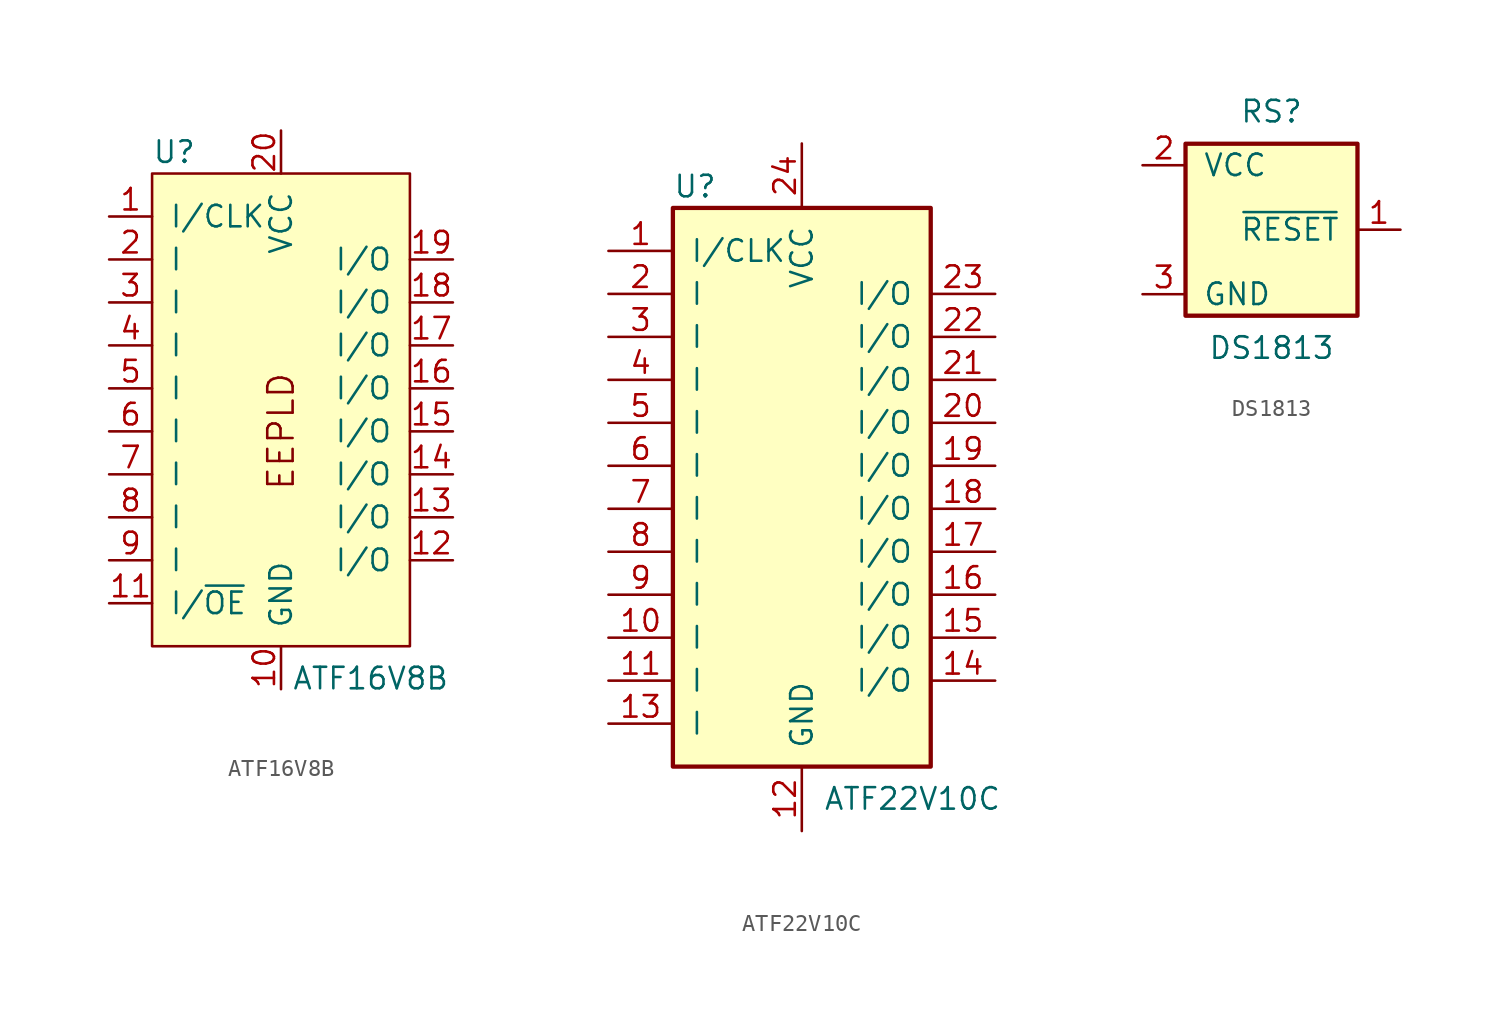
<source format=kicad_sym>
(kicad_symbol_lib
  (version 20231120)
  (generator "kicad_symbol_editor")
  (generator_version "8.0")
  (symbol "ATF16V8B"
    (pin_names
      (offset 1.016))
    (property "Reference" "U"
      (at -7.62 0 0)
      (do_not_autoplace)
      (effects (font (size 1.27 1.27)) (justify left)))
    (property "Value" "ATF16V8B"
      (at 0.635 -31.115 0)
      (do_not_autoplace)
      (effects (font (size 1.27 1.27)) (justify left)))
    (symbol "ATF16V8B_0_0"
      (text "EEPLD" (at 0 -16.51 900) (effects (font (size 1.499 1.499)))))
    (symbol "ATF16V8B_0_1"
      (rectangle (start -7.62 -1.27) (end 7.62 -29.21) (stroke (width 0) (type default)) (fill (type background))))
    (symbol "ATF16V8B_1_1"
      (pin input line (at -10.16 -3.81 0) (length 2.54) (name "I/CLK" (effects (font (size 1.27 1.27)))) (number "1" (effects (font (size 1.27 1.27)))))
      (pin power_in line (at 0 -31.75 90) (length 2.54) (name "GND" (effects (font (size 1.27 1.27)))) (number "10" (effects (font (size 1.27 1.27)))))
      (pin input line (at -10.16 -26.67 0) (length 2.54) (name "I/~{OE}" (effects (font (size 1.27 1.27)))) (number "11" (effects (font (size 1.27 1.27)))))
      (pin bidirectional line (at 10.16 -24.13 180) (length 2.54) (name "I/O" (effects (font (size 1.27 1.27)))) (number "12" (effects (font (size 1.27 1.27)))))
      (pin bidirectional line (at 10.16 -21.59 180) (length 2.54) (name "I/O" (effects (font (size 1.27 1.27)))) (number "13" (effects (font (size 1.27 1.27)))))
      (pin bidirectional line (at 10.16 -19.05 180) (length 2.54) (name "I/O" (effects (font (size 1.27 1.27)))) (number "14" (effects (font (size 1.27 1.27)))))
      (pin bidirectional line (at 10.16 -16.51 180) (length 2.54) (name "I/O" (effects (font (size 1.27 1.27)))) (number "15" (effects (font (size 1.27 1.27)))))
      (pin bidirectional line (at 10.16 -13.97 180) (length 2.54) (name "I/O" (effects (font (size 1.27 1.27)))) (number "16" (effects (font (size 1.27 1.27)))))
      (pin bidirectional line (at 10.16 -11.43 180) (length 2.54) (name "I/O" (effects (font (size 1.27 1.27)))) (number "17" (effects (font (size 1.27 1.27)))))
      (pin bidirectional line (at 10.16 -8.89 180) (length 2.54) (name "I/O" (effects (font (size 1.27 1.27)))) (number "18" (effects (font (size 1.27 1.27)))))
      (pin bidirectional line (at 10.16 -6.35 180) (length 2.54) (name "I/O" (effects (font (size 1.27 1.27)))) (number "19" (effects (font (size 1.27 1.27)))))
      (pin input line (at -10.16 -6.35 0) (length 2.54) (name "I" (effects (font (size 1.27 1.27)))) (number "2" (effects (font (size 1.27 1.27)))))
      (pin power_in line (at 0 1.27 270) (length 2.54) (name "VCC" (effects (font (size 1.27 1.27)))) (number "20" (effects (font (size 1.27 1.27)))))
      (pin input line (at -10.16 -8.89 0) (length 2.54) (name "I" (effects (font (size 1.27 1.27)))) (number "3" (effects (font (size 1.27 1.27)))))
      (pin input line (at -10.16 -11.43 0) (length 2.54) (name "I" (effects (font (size 1.27 1.27)))) (number "4" (effects (font (size 1.27 1.27)))))
      (pin input line (at -10.16 -13.97 0) (length 2.54) (name "I" (effects (font (size 1.27 1.27)))) (number "5" (effects (font (size 1.27 1.27)))))
      (pin input line (at -10.16 -16.51 0) (length 2.54) (name "I" (effects (font (size 1.27 1.27)))) (number "6" (effects (font (size 1.27 1.27)))))
      (pin input line (at -10.16 -19.05 0) (length 2.54) (name "I" (effects (font (size 1.27 1.27)))) (number "7" (effects (font (size 1.27 1.27)))))
      (pin input line (at -10.16 -21.59 0) (length 2.54) (name "I" (effects (font (size 1.27 1.27)))) (number "8" (effects (font (size 1.27 1.27)))))
      (pin input line (at -10.16 -24.13 0) (length 2.54) (name "I" (effects (font (size 1.27 1.27)))) (number "9" (effects (font (size 1.27 1.27)))))))
  (symbol "ATF22V10C"
    (pin_names
      (offset 1.016))
    (property "Reference" "U"
      (at -7.62 1.27 0)
      (do_not_autoplace)
      (effects (font (size 1.27 1.27)) (justify left)))
    (property "Value" "ATF22V10C"
      (at 1.27 -34.925 0)
      (do_not_autoplace)
      (effects (font (size 1.27 1.27)) (justify left)))
    (symbol "ATF22V10C_1_1"
      (rectangle (start -7.62 0) (end 7.62 -33.02) (stroke (width 0.254) (type default)) (fill (type background)))
      (pin input line (at -11.43 -2.54 0) (length 3.81) (name "I/CLK" (effects (font (size 1.27 1.27)))) (number "1" (effects (font (size 1.27 1.27)))))
      (pin input line (at -11.43 -25.4 0) (length 3.81) (name "I" (effects (font (size 1.27 1.27)))) (number "10" (effects (font (size 1.27 1.27)))))
      (pin input line (at -11.43 -27.94 0) (length 3.81) (name "I" (effects (font (size 1.27 1.27)))) (number "11" (effects (font (size 1.27 1.27)))))
      (pin power_in line (at 0 -36.83 90) (length 3.81) (name "GND" (effects (font (size 1.27 1.27)))) (number "12" (effects (font (size 1.27 1.27)))))
      (pin input line (at -11.43 -30.48 0) (length 3.81) (name "I" (effects (font (size 1.27 1.27)))) (number "13" (effects (font (size 1.27 1.27)))))
      (pin bidirectional line (at 11.43 -27.94 180) (length 3.81) (name "I/O" (effects (font (size 1.27 1.27)))) (number "14" (effects (font (size 1.27 1.27)))))
      (pin bidirectional line (at 11.43 -25.4 180) (length 3.81) (name "I/O" (effects (font (size 1.27 1.27)))) (number "15" (effects (font (size 1.27 1.27)))))
      (pin bidirectional line (at 11.43 -22.86 180) (length 3.81) (name "I/O" (effects (font (size 1.27 1.27)))) (number "16" (effects (font (size 1.27 1.27)))))
      (pin bidirectional line (at 11.43 -20.32 180) (length 3.81) (name "I/O" (effects (font (size 1.27 1.27)))) (number "17" (effects (font (size 1.27 1.27)))))
      (pin bidirectional line (at 11.43 -17.78 180) (length 3.81) (name "I/O" (effects (font (size 1.27 1.27)))) (number "18" (effects (font (size 1.27 1.27)))))
      (pin bidirectional line (at 11.43 -15.24 180) (length 3.81) (name "I/O" (effects (font (size 1.27 1.27)))) (number "19" (effects (font (size 1.27 1.27)))))
      (pin input line (at -11.43 -5.08 0) (length 3.81) (name "I" (effects (font (size 1.27 1.27)))) (number "2" (effects (font (size 1.27 1.27)))))
      (pin bidirectional line (at 11.43 -12.7 180) (length 3.81) (name "I/O" (effects (font (size 1.27 1.27)))) (number "20" (effects (font (size 1.27 1.27)))))
      (pin bidirectional line (at 11.43 -10.16 180) (length 3.81) (name "I/O" (effects (font (size 1.27 1.27)))) (number "21" (effects (font (size 1.27 1.27)))))
      (pin bidirectional line (at 11.43 -7.62 180) (length 3.81) (name "I/O" (effects (font (size 1.27 1.27)))) (number "22" (effects (font (size 1.27 1.27)))))
      (pin bidirectional line (at 11.43 -5.08 180) (length 3.81) (name "I/O" (effects (font (size 1.27 1.27)))) (number "23" (effects (font (size 1.27 1.27)))))
      (pin power_in line (at 0 3.81 270) (length 3.81) (name "VCC" (effects (font (size 1.27 1.27)))) (number "24" (effects (font (size 1.27 1.27)))))
      (pin input line (at -11.43 -7.62 0) (length 3.81) (name "I" (effects (font (size 1.27 1.27)))) (number "3" (effects (font (size 1.27 1.27)))))
      (pin input line (at -11.43 -10.16 0) (length 3.81) (name "I" (effects (font (size 1.27 1.27)))) (number "4" (effects (font (size 1.27 1.27)))))
      (pin input line (at -11.43 -12.7 0) (length 3.81) (name "I" (effects (font (size 1.27 1.27)))) (number "5" (effects (font (size 1.27 1.27)))))
      (pin input line (at -11.43 -15.24 0) (length 3.81) (name "I" (effects (font (size 1.27 1.27)))) (number "6" (effects (font (size 1.27 1.27)))))
      (pin input line (at -11.43 -17.78 0) (length 3.81) (name "I" (effects (font (size 1.27 1.27)))) (number "7" (effects (font (size 1.27 1.27)))))
      (pin input line (at -11.43 -20.32 0) (length 3.81) (name "I" (effects (font (size 1.27 1.27)))) (number "8" (effects (font (size 1.27 1.27)))))
      (pin input line (at -11.43 -22.86 0) (length 3.81) (name "I" (effects (font (size 1.27 1.27)))) (number "9" (effects (font (size 1.27 1.27)))))))
  (symbol "DS1813"
    (pin_names
      (offset 1.016))
    (property "Reference" "RS"
      (at 0 0.635 0)
      (do_not_autoplace)
      (effects (font (size 1.27 1.27))))
    (property "Value" "DS1813"
      (at 0 -13.335 0)
      (do_not_autoplace)
      (effects (font (size 1.27 1.27))))
    (symbol "DS1813_1_1"
      (rectangle (start -5.08 -1.27) (end 5.08 -11.43) (stroke (width 0.254) (type default)) (fill (type background)))
      (pin output line (at 7.62 -6.35 180) (length 2.54) (name "~{RESET}" (effects (font (size 1.27 1.27)))) (number "1" (effects (font (size 1.27 1.27)))))
      (pin power_in line (at -7.62 -2.54 0) (length 2.54) (name "VCC" (effects (font (size 1.27 1.27)))) (number "2" (effects (font (size 1.27 1.27)))))
      (pin power_in line (at -7.62 -10.16 0) (length 2.54) (name "GND" (effects (font (size 1.27 1.27)))) (number "3" (effects (font (size 1.27 1.27))))))))
</source>
